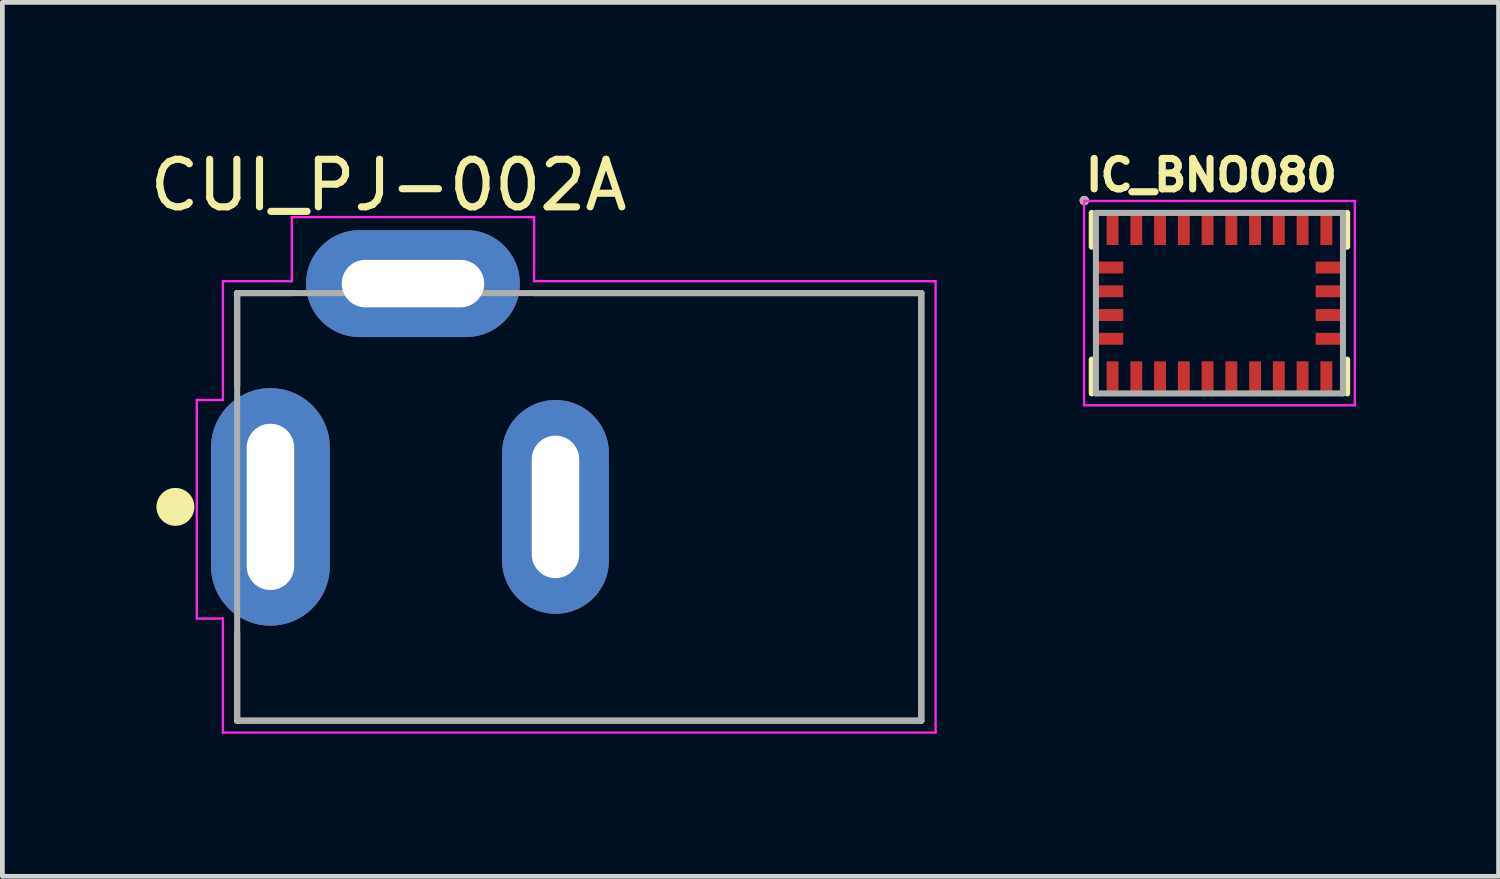
<source format=kicad_pcb>
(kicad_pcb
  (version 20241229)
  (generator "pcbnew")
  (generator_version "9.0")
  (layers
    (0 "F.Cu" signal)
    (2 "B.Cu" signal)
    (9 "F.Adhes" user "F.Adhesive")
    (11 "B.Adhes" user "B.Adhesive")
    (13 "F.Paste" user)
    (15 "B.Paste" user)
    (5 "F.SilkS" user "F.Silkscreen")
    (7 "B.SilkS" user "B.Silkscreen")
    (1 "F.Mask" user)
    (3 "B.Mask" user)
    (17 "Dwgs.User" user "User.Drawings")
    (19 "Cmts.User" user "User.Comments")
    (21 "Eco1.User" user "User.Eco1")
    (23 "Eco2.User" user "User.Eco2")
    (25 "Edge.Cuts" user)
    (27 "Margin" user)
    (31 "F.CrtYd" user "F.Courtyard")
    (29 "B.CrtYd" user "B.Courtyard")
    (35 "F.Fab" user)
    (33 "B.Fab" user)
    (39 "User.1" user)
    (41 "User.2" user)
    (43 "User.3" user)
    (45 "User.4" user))
  (footprint "CUI_PJ-002A"
    (layer "F.Cu")
    (at 2.642 7.619)
    (property "Reference" "CUI_PJ-002A" (at 2.487 -6.771 0) (layer "F.SilkS") (effects (font (size 1.001 1.001) (thickness 0.15))))
    (attr through_hole)
    (fp_line (start -0.7 -4.5) (end 0.45 -4.5) (stroke (width 0.127) (type solid)) (layer "F.SilkS"))
    (fp_line (start -0.7 -2.55) (end -0.7 -4.5) (stroke (width 0.127) (type solid)) (layer "F.SilkS"))
    (fp_line (start -0.7 4.5) (end -0.7 2.65) (stroke (width 0.127) (type solid)) (layer "F.SilkS"))
    (fp_line (start 5.55 -4.5) (end 13.7 -4.5) (stroke (width 0.127) (type solid)) (layer "F.SilkS"))
    (fp_line (start 13.7 -4.5) (end 13.7 4.5) (stroke (width 0.127) (type solid)) (layer "F.SilkS"))
    (fp_line (start 13.7 4.5) (end -0.7 4.5) (stroke (width 0.127) (type solid)) (layer "F.SilkS"))
    (fp_circle (center -2 0) (end -1.8 0) (stroke (width 0.4) (type solid)) (fill no) (layer "F.SilkS"))
    (fp_line (start -1.55 -2.25) (end -1.55 2.35) (stroke (width 0.05) (type solid)) (layer "F.CrtYd"))
    (fp_line (start -1.55 2.35) (end -1 2.35) (stroke (width 0.05) (type solid)) (layer "F.CrtYd"))
    (fp_line (start -1 -4.75) (end 0.45 -4.75) (stroke (width 0.05) (type solid)) (layer "F.CrtYd"))
    (fp_line (start -1 -2.25) (end -1.55 -2.25) (stroke (width 0.05) (type solid)) (layer "F.CrtYd"))
    (fp_line (start -1 -2.25) (end -1 -4.75) (stroke (width 0.05) (type solid)) (layer "F.CrtYd"))
    (fp_line (start -1 4.75) (end -1 2.35) (stroke (width 0.05) (type solid)) (layer "F.CrtYd"))
    (fp_line (start 0.45 -6.1) (end 5.55 -6.1) (stroke (width 0.05) (type solid)) (layer "F.CrtYd"))
    (fp_line (start 0.45 -4.75) (end 0.45 -6.1) (stroke (width 0.05) (type solid)) (layer "F.CrtYd"))
    (fp_line (start 5.55 -6.1) (end 5.55 -4.75) (stroke (width 0.05) (type solid)) (layer "F.CrtYd"))
    (fp_line (start 5.55 -4.75) (end 14 -4.75) (stroke (width 0.05) (type solid)) (layer "F.CrtYd"))
    (fp_line (start 14 -4.75) (end 14 4.75) (stroke (width 0.05) (type solid)) (layer "F.CrtYd"))
    (fp_line (start 14 4.75) (end -1 4.75) (stroke (width 0.05) (type solid)) (layer "F.CrtYd"))
    (fp_line (start -0.7 -4.5) (end 13.7 -4.5) (stroke (width 0.127) (type solid)) (layer "F.Fab"))
    (fp_line (start -0.7 4.5) (end -0.7 -4.5) (stroke (width 0.127) (type solid)) (layer "F.Fab"))
    (fp_line (start 13.7 -4.5) (end 13.7 4.5) (stroke (width 0.127) (type solid)) (layer "F.Fab"))
    (fp_line (start 13.7 4.5) (end -0.7 4.5) (stroke (width 0.127) (type solid)) (layer "F.Fab"))
    (pad "1" thru_hole oval (at 0 0) (size 2.5 5) (drill oval 1 3.5) (layers "*.Cu" "*.Mask"))
    (pad "2" thru_hole oval (at 6 0) (size 2.25 4.5) (drill oval 1 3) (layers "*.Cu" "*.Mask"))
    (pad "3" thru_hole oval (at 3 -4.7) (size 4.5 2.25) (drill oval 3 1) (layers "*.Cu" "*.Mask")))
  (footprint "IC_BNO080"
    (layer "F.Cu")
    (at 22.617 3.331)
    (property "Reference" "IC_BNO080" (at -0.168 -2.694 0) (layer "F.SilkS") (effects (font (size 0.64 0.64) (thickness 0.15))))
    (attr through_hole)
    (fp_line (start -2.688 -1.9) (end -2.688 -1.188) (stroke (width 0.127) (type solid)) (layer "F.SilkS"))
    (fp_line (start -2.688 1.9) (end -2.688 1.188) (stroke (width 0.127) (type solid)) (layer "F.SilkS"))
    (fp_line (start 2.688 -1.9) (end 2.688 -1.188) (stroke (width 0.127) (type solid)) (layer "F.SilkS"))
    (fp_line (start 2.688 1.9) (end 2.688 1.188) (stroke (width 0.127) (type solid)) (layer "F.SilkS"))
    (fp_circle (center -2.844 -2.159) (end -2.794 -2.159) (stroke (width 0.1) (type solid)) (fill no) (layer "F.SilkS"))
    (fp_line (start -2.85 -2.15) (end 2.85 -2.15) (stroke (width 0.05) (type solid)) (layer "F.CrtYd"))
    (fp_line (start -2.85 2.15) (end -2.85 -2.15) (stroke (width 0.05) (type solid)) (layer "F.CrtYd"))
    (fp_line (start 2.85 -2.15) (end 2.85 2.15) (stroke (width 0.05) (type solid)) (layer "F.CrtYd"))
    (fp_line (start 2.85 2.15) (end -2.85 2.15) (stroke (width 0.05) (type solid)) (layer "F.CrtYd"))
    (fp_line (start -2.6 -1.9) (end 2.6 -1.9) (stroke (width 0.127) (type solid)) (layer "F.Fab"))
    (fp_line (start -2.6 1.9) (end -2.6 -1.9) (stroke (width 0.127) (type solid)) (layer "F.Fab"))
    (fp_line (start 2.6 -1.9) (end 2.6 1.9) (stroke (width 0.127) (type solid)) (layer "F.Fab"))
    (fp_line (start 2.6 1.9) (end -2.6 1.9) (stroke (width 0.127) (type solid)) (layer "F.Fab"))
    (fp_circle (center -2.845 -2.159) (end -2.795 -2.159) (stroke (width 0.1) (type solid)) (fill no) (layer "F.Fab"))
    (pad "1" smd rect (at -2.25 -1.562 90) (size 0.675 0.25) (layers "F.Cu" "F.Mask" "F.Paste"))
    (pad "2" smd rect (at -2.312 -0.75) (size 0.575 0.25) (layers "F.Cu" "F.Mask" "F.Paste"))
    (pad "3" smd rect (at -2.312 -0.25) (size 0.575 0.25) (layers "F.Cu" "F.Mask" "F.Paste"))
    (pad "4" smd rect (at -2.312 0.25) (size 0.575 0.25) (layers "F.Cu" "F.Mask" "F.Paste"))
    (pad "5" smd rect (at -2.312 0.75) (size 0.575 0.25) (layers "F.Cu" "F.Mask" "F.Paste"))
    (pad "6" smd rect (at -2.25 1.562 270) (size 0.675 0.25) (layers "F.Cu" "F.Mask" "F.Paste"))
    (pad "7" smd rect (at -1.75 1.562 270) (size 0.675 0.25) (layers "F.Cu" "F.Mask" "F.Paste"))
    (pad "8" smd rect (at -1.25 1.562 270) (size 0.675 0.25) (layers "F.Cu" "F.Mask" "F.Paste"))
    (pad "9" smd rect (at -0.75 1.562 270) (size 0.675 0.25) (layers "F.Cu" "F.Mask" "F.Paste"))
    (pad "10" smd rect (at -0.25 1.562 270) (size 0.675 0.25) (layers "F.Cu" "F.Mask" "F.Paste"))
    (pad "11" smd rect (at 0.25 1.562 270) (size 0.675 0.25) (layers "F.Cu" "F.Mask" "F.Paste"))
    (pad "12" smd rect (at 0.75 1.562 270) (size 0.675 0.25) (layers "F.Cu" "F.Mask" "F.Paste"))
    (pad "13" smd rect (at 1.25 1.562 270) (size 0.675 0.25) (layers "F.Cu" "F.Mask" "F.Paste"))
    (pad "14" smd rect (at 1.75 1.562 270) (size 0.675 0.25) (layers "F.Cu" "F.Mask" "F.Paste"))
    (pad "15" smd rect (at 2.25 1.562 270) (size 0.675 0.25) (layers "F.Cu" "F.Mask" "F.Paste"))
    (pad "16" smd rect (at 2.312 0.75 180) (size 0.575 0.25) (layers "F.Cu" "F.Mask" "F.Paste"))
    (pad "17" smd rect (at 2.312 0.25 180) (size 0.575 0.25) (layers "F.Cu" "F.Mask" "F.Paste"))
    (pad "18" smd rect (at 2.312 -0.25 180) (size 0.575 0.25) (layers "F.Cu" "F.Mask" "F.Paste"))
    (pad "19" smd rect (at 2.312 -0.75 180) (size 0.575 0.25) (layers "F.Cu" "F.Mask" "F.Paste"))
    (pad "20" smd rect (at 2.25 -1.562 90) (size 0.675 0.25) (layers "F.Cu" "F.Mask" "F.Paste"))
    (pad "21" smd rect (at 1.75 -1.562 90) (size 0.675 0.25) (layers "F.Cu" "F.Mask" "F.Paste"))
    (pad "22" smd rect (at 1.25 -1.562 90) (size 0.675 0.25) (layers "F.Cu" "F.Mask" "F.Paste"))
    (pad "23" smd rect (at 0.75 -1.562 90) (size 0.675 0.25) (layers "F.Cu" "F.Mask" "F.Paste"))
    (pad "24" smd rect (at 0.25 -1.562 90) (size 0.675 0.25) (layers "F.Cu" "F.Mask" "F.Paste"))
    (pad "25" smd rect (at -0.25 -1.562 90) (size 0.675 0.25) (layers "F.Cu" "F.Mask" "F.Paste"))
    (pad "26" smd rect (at -0.75 -1.562 90) (size 0.675 0.25) (layers "F.Cu" "F.Mask" "F.Paste"))
    (pad "27" smd rect (at -1.25 -1.562 90) (size 0.675 0.25) (layers "F.Cu" "F.Mask" "F.Paste"))
    (pad "28" smd rect (at -1.75 -1.562 90) (size 0.675 0.25) (layers "F.Cu" "F.Mask" "F.Paste")))
  (gr_rect
    (start -3 -3)
    (end 28.492 15.394)
    (stroke (width 0.1) (type default))
    (fill no)
    (layer "Edge.Cuts")))
</source>
